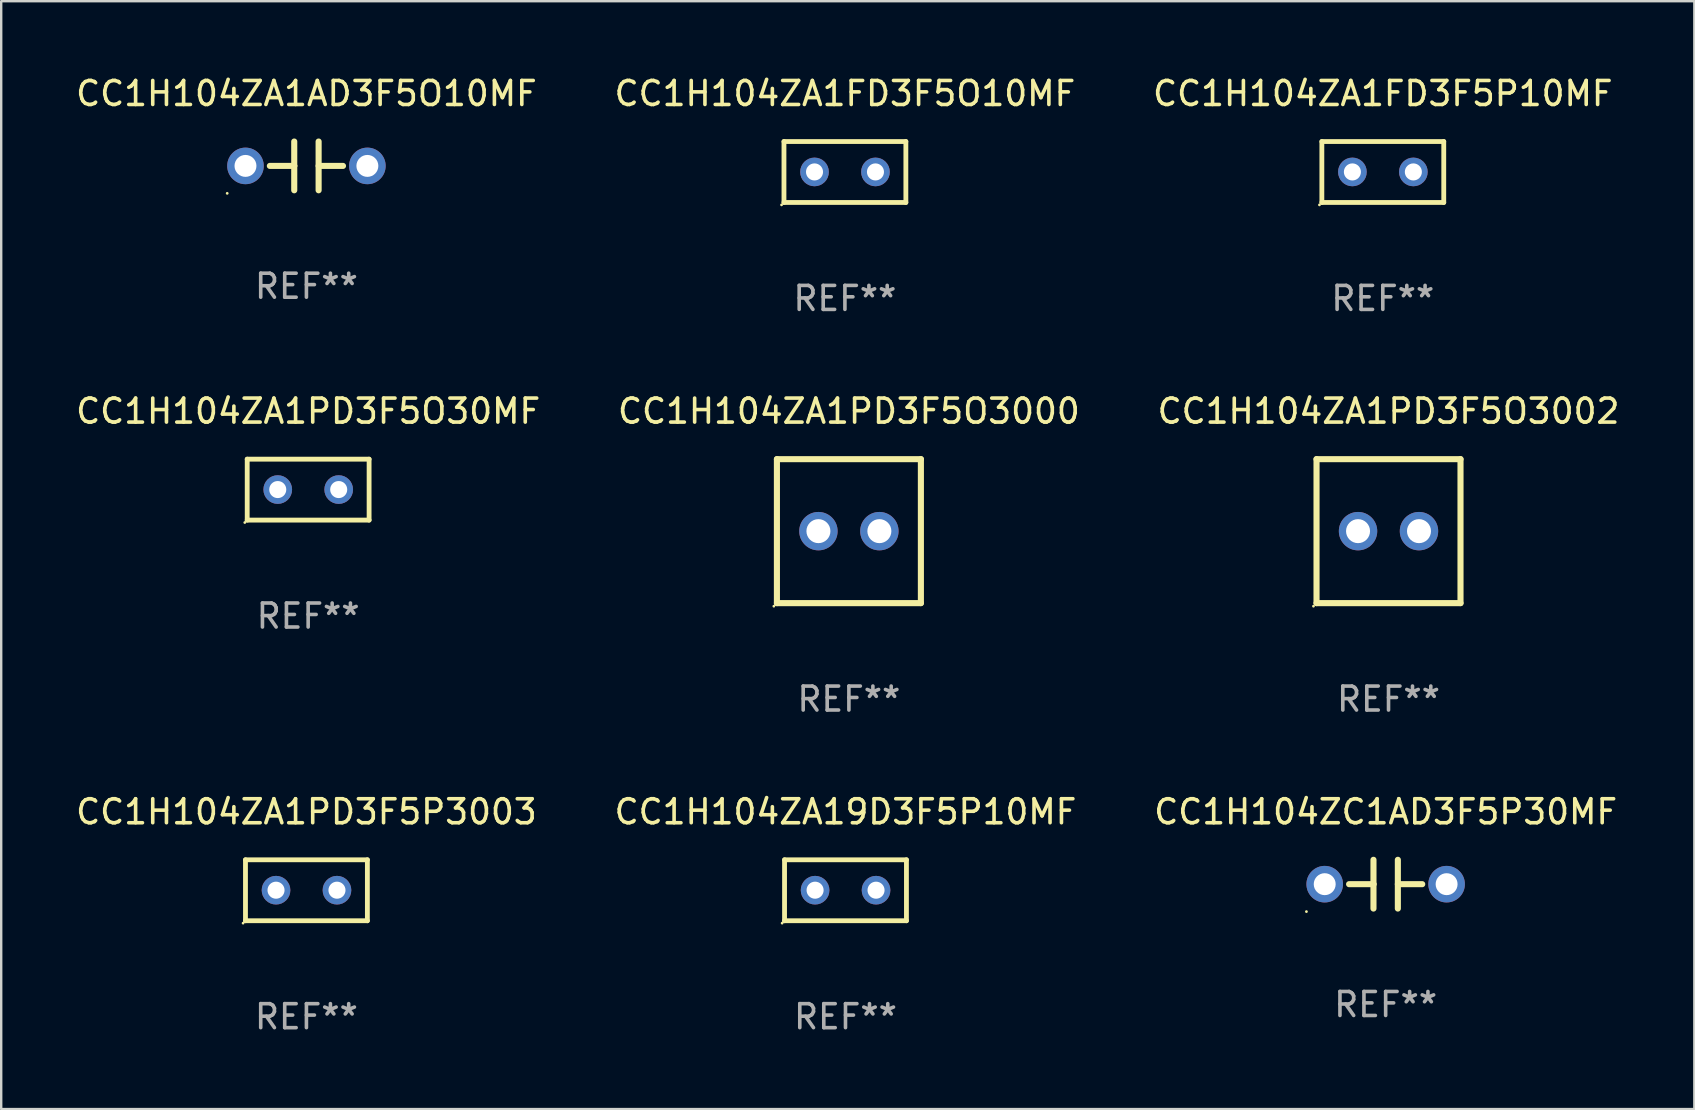
<source format=kicad_pcb>
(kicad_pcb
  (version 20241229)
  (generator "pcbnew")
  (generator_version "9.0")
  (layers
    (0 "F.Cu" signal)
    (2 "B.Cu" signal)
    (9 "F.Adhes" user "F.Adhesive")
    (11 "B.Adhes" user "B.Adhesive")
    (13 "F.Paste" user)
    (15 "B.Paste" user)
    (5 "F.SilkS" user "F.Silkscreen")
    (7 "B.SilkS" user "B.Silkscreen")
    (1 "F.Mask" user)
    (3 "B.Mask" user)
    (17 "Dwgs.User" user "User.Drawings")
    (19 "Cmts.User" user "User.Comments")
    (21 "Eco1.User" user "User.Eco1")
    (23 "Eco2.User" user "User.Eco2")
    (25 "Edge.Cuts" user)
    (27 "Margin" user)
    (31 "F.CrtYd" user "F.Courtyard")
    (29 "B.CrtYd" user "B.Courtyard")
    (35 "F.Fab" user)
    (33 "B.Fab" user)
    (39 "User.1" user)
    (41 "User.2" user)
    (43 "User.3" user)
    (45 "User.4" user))
  (footprint "CC1H104ZA1PD3F5O3002"
    (layer "F.Cu")
    (at 54.815 19.085)
    (property "Reference" "CC1H104ZA1PD3F5O3002" (at 0 -5 0) (layer "F.SilkS") (effects (font (size 1 1) (thickness 0.15))))
    (attr through_hole)
    (fp_line (start -3 -3) (end -3 3) (stroke (width 0.254) (type solid)) (layer "F.SilkS"))
    (fp_line (start -3 -3) (end 3 -3) (stroke (width 0.254) (type solid)) (layer "F.SilkS"))
    (fp_line (start -3 3) (end 3 3) (stroke (width 0.254) (type solid)) (layer "F.SilkS"))
    (fp_line (start 3 -3) (end 3 3) (stroke (width 0.254) (type solid)) (layer "F.SilkS"))
    (fp_circle (center -3.127 3.127) (end -3.097 3.127) (stroke (width 0.06) (type solid)) (fill no) (layer "F.SilkS"))
    (fp_text user "REF**" (at 0 7 0) (layer "F.Fab") (effects (font (size 1 1) (thickness 0.15))))
    (pad "1" thru_hole circle (at -1.27 0) (size 1.6 1.6) (drill 1) (layers "*.Cu" "*.Mask"))
    (pad "2" thru_hole circle (at 1.27 0) (size 1.6 1.6) (drill 1) (layers "*.Cu" "*.Mask")))
  (footprint "CC1H104ZC1AD3F5P30MF"
    (layer "F.Cu")
    (at 54.696 33.797)
    (property "Reference" "CC1H104ZC1AD3F5P30MF" (at 0 -3.016 0) (layer "F.SilkS") (effects (font (size 1 1) (thickness 0.15))))
    (attr through_hole)
    (fp_line (start -1.524 0) (end -0.508 0) (stroke (width 0.254) (type solid)) (layer "F.SilkS"))
    (fp_line (start -0.508 0) (end -0.508 -1.016) (stroke (width 0.254) (type solid)) (layer "F.SilkS"))
    (fp_line (start -0.508 0) (end -0.508 1.016) (stroke (width 0.254) (type solid)) (layer "F.SilkS"))
    (fp_line (start 0.508 -1.016) (end 0.508 1.016) (stroke (width 0.254) (type solid)) (layer "F.SilkS"))
    (fp_line (start 1.524 0) (end 0.508 0) (stroke (width 0.254) (type solid)) (layer "F.SilkS"))
    (fp_circle (center -3.302 1.143) (end -3.272 1.143) (stroke (width 0.06) (type solid)) (fill no) (layer "F.SilkS"))
    (fp_text user "REF**" (at 0 5.016 0) (layer "F.Fab") (effects (font (size 1 1) (thickness 0.15))))
    (pad "1" thru_hole circle (at -2.54 0) (size 1.524 1.524) (drill 0.914) (layers "*.Cu" "*.Mask"))
    (pad "2" thru_hole circle (at 2.54 0) (size 1.524 1.524) (drill 0.914) (layers "*.Cu" "*.Mask")))
  (footprint "CC1H104ZA1FD3F5O10MF"
    (layer "F.Cu")
    (at 32.161 4.118)
    (property "Reference" "CC1H104ZA1FD3F5O10MF" (at 0 -3.27 0) (layer "F.SilkS") (effects (font (size 1 1) (thickness 0.15))))
    (attr through_hole)
    (fp_line (start -2.54 -1.27) (end -2.54 1.27) (stroke (width 0.201) (type solid)) (layer "F.SilkS"))
    (fp_line (start -2.54 1.27) (end 2.54 1.27) (stroke (width 0.201) (type solid)) (layer "F.SilkS"))
    (fp_line (start 2.54 -1.27) (end -2.54 -1.27) (stroke (width 0.201) (type solid)) (layer "F.SilkS"))
    (fp_line (start 2.54 1.27) (end 2.54 -1.27) (stroke (width 0.201) (type solid)) (layer "F.SilkS"))
    (fp_circle (center -2.64 1.37) (end -2.61 1.37) (stroke (width 0.06) (type solid)) (fill no) (layer "F.SilkS"))
    (fp_text user "REF**" (at 0 5.27 0) (layer "F.Fab") (effects (font (size 1 1) (thickness 0.15))))
    (pad "1" thru_hole circle (at -1.267 -0.003) (size 1.194 1.194) (drill 0.711) (layers "*.Cu" "*.Mask"))
    (pad "2" thru_hole circle (at 1.273 -0.003) (size 1.194 1.194) (drill 0.711) (layers "*.Cu" "*.Mask")))
  (footprint "CC1H104ZA1PD3F5P3003"
    (layer "F.Cu")
    (at 9.72 34.051)
    (property "Reference" "CC1H104ZA1PD3F5P3003" (at 0 -3.27 0) (layer "F.SilkS") (effects (font (size 1 1) (thickness 0.15))))
    (attr through_hole)
    (fp_line (start -2.54 -1.27) (end -2.54 1.27) (stroke (width 0.201) (type solid)) (layer "F.SilkS"))
    (fp_line (start -2.54 1.27) (end 2.54 1.27) (stroke (width 0.201) (type solid)) (layer "F.SilkS"))
    (fp_line (start 2.54 -1.27) (end -2.54 -1.27) (stroke (width 0.201) (type solid)) (layer "F.SilkS"))
    (fp_line (start 2.54 1.27) (end 2.54 -1.27) (stroke (width 0.201) (type solid)) (layer "F.SilkS"))
    (fp_circle (center -2.64 1.37) (end -2.61 1.37) (stroke (width 0.06) (type solid)) (fill no) (layer "F.SilkS"))
    (fp_text user "REF**" (at 0 5.27 0) (layer "F.Fab") (effects (font (size 1 1) (thickness 0.15))))
    (pad "1" thru_hole circle (at -1.267 -0.003) (size 1.194 1.194) (drill 0.711) (layers "*.Cu" "*.Mask"))
    (pad "2" thru_hole circle (at 1.273 -0.003) (size 1.194 1.194) (drill 0.711) (layers "*.Cu" "*.Mask")))
  (footprint "CC1H104ZA1PD3F5O30MF"
    (layer "F.Cu")
    (at 9.792 17.355)
    (property "Reference" "CC1H104ZA1PD3F5O30MF" (at 0 -3.27 0) (layer "F.SilkS") (effects (font (size 1 1) (thickness 0.15))))
    (attr through_hole)
    (fp_line (start -2.54 -1.27) (end -2.54 1.27) (stroke (width 0.201) (type solid)) (layer "F.SilkS"))
    (fp_line (start -2.54 1.27) (end 2.54 1.27) (stroke (width 0.201) (type solid)) (layer "F.SilkS"))
    (fp_line (start 2.54 -1.27) (end -2.54 -1.27) (stroke (width 0.201) (type solid)) (layer "F.SilkS"))
    (fp_line (start 2.54 1.27) (end 2.54 -1.27) (stroke (width 0.201) (type solid)) (layer "F.SilkS"))
    (fp_circle (center -2.64 1.37) (end -2.61 1.37) (stroke (width 0.06) (type solid)) (fill no) (layer "F.SilkS"))
    (fp_text user "REF**" (at 0 5.27 0) (layer "F.Fab") (effects (font (size 1 1) (thickness 0.15))))
    (pad "1" thru_hole circle (at -1.267 -0.003) (size 1.194 1.194) (drill 0.711) (layers "*.Cu" "*.Mask"))
    (pad "2" thru_hole circle (at 1.273 -0.003) (size 1.194 1.194) (drill 0.711) (layers "*.Cu" "*.Mask")))
  (footprint "CC1H104ZA1PD3F5O3000"
    (layer "F.Cu")
    (at 32.327 19.085)
    (property "Reference" "CC1H104ZA1PD3F5O3000" (at 0 -5 0) (layer "F.SilkS") (effects (font (size 1 1) (thickness 0.15))))
    (attr through_hole)
    (fp_line (start -3 -3) (end -3 3) (stroke (width 0.254) (type solid)) (layer "F.SilkS"))
    (fp_line (start -3 -3) (end 3 -3) (stroke (width 0.254) (type solid)) (layer "F.SilkS"))
    (fp_line (start -3 3) (end 3 3) (stroke (width 0.254) (type solid)) (layer "F.SilkS"))
    (fp_line (start 3 -3) (end 3 3) (stroke (width 0.254) (type solid)) (layer "F.SilkS"))
    (fp_circle (center -3.127 3.127) (end -3.097 3.127) (stroke (width 0.06) (type solid)) (fill no) (layer "F.SilkS"))
    (fp_text user "REF**" (at 0 7 0) (layer "F.Fab") (effects (font (size 1 1) (thickness 0.15))))
    (pad "1" thru_hole circle (at -1.27 0) (size 1.6 1.6) (drill 1) (layers "*.Cu" "*.Mask"))
    (pad "2" thru_hole circle (at 1.27 0) (size 1.6 1.6) (drill 1) (layers "*.Cu" "*.Mask")))
  (footprint "CC1H104ZA19D3F5P10MF"
    (layer "F.Cu")
    (at 32.185 34.051)
    (property "Reference" "CC1H104ZA19D3F5P10MF" (at 0 -3.27 0) (layer "F.SilkS") (effects (font (size 1 1) (thickness 0.15))))
    (attr through_hole)
    (fp_line (start -2.54 -1.27) (end -2.54 1.27) (stroke (width 0.201) (type solid)) (layer "F.SilkS"))
    (fp_line (start -2.54 1.27) (end 2.54 1.27) (stroke (width 0.201) (type solid)) (layer "F.SilkS"))
    (fp_line (start 2.54 -1.27) (end -2.54 -1.27) (stroke (width 0.201) (type solid)) (layer "F.SilkS"))
    (fp_line (start 2.54 1.27) (end 2.54 -1.27) (stroke (width 0.201) (type solid)) (layer "F.SilkS"))
    (fp_circle (center -2.64 1.37) (end -2.61 1.37) (stroke (width 0.06) (type solid)) (fill no) (layer "F.SilkS"))
    (fp_text user "REF**" (at 0 5.27 0) (layer "F.Fab") (effects (font (size 1 1) (thickness 0.15))))
    (pad "1" thru_hole circle (at -1.267 -0.003) (size 1.194 1.194) (drill 0.711) (layers "*.Cu" "*.Mask"))
    (pad "2" thru_hole circle (at 1.273 -0.003) (size 1.194 1.194) (drill 0.711) (layers "*.Cu" "*.Mask")))
  (footprint "CC1H104ZA1AD3F5O10MF"
    (layer "F.Cu")
    (at 9.72 3.864)
    (property "Reference" "CC1H104ZA1AD3F5O10MF" (at 0 -3.016 0) (layer "F.SilkS") (effects (font (size 1 1) (thickness 0.15))))
    (attr through_hole)
    (fp_line (start -1.524 0) (end -0.508 0) (stroke (width 0.254) (type solid)) (layer "F.SilkS"))
    (fp_line (start -0.508 0) (end -0.508 -1.016) (stroke (width 0.254) (type solid)) (layer "F.SilkS"))
    (fp_line (start -0.508 0) (end -0.508 1.016) (stroke (width 0.254) (type solid)) (layer "F.SilkS"))
    (fp_line (start 0.508 -1.016) (end 0.508 1.016) (stroke (width 0.254) (type solid)) (layer "F.SilkS"))
    (fp_line (start 1.524 0) (end 0.508 0) (stroke (width 0.254) (type solid)) (layer "F.SilkS"))
    (fp_circle (center -3.302 1.143) (end -3.272 1.143) (stroke (width 0.06) (type solid)) (fill no) (layer "F.SilkS"))
    (fp_text user "REF**" (at 0 5.016 0) (layer "F.Fab") (effects (font (size 1 1) (thickness 0.15))))
    (pad "1" thru_hole circle (at -2.54 0) (size 1.524 1.524) (drill 0.914) (layers "*.Cu" "*.Mask"))
    (pad "2" thru_hole circle (at 2.54 0) (size 1.524 1.524) (drill 0.914) (layers "*.Cu" "*.Mask")))
  (footprint "CC1H104ZA1FD3F5P10MF"
    (layer "F.Cu")
    (at 54.577 4.118)
    (property "Reference" "CC1H104ZA1FD3F5P10MF" (at 0 -3.27 0) (layer "F.SilkS") (effects (font (size 1 1) (thickness 0.15))))
    (attr through_hole)
    (fp_line (start -2.54 -1.27) (end -2.54 1.27) (stroke (width 0.201) (type solid)) (layer "F.SilkS"))
    (fp_line (start -2.54 1.27) (end 2.54 1.27) (stroke (width 0.201) (type solid)) (layer "F.SilkS"))
    (fp_line (start 2.54 -1.27) (end -2.54 -1.27) (stroke (width 0.201) (type solid)) (layer "F.SilkS"))
    (fp_line (start 2.54 1.27) (end 2.54 -1.27) (stroke (width 0.201) (type solid)) (layer "F.SilkS"))
    (fp_circle (center -2.64 1.37) (end -2.61 1.37) (stroke (width 0.06) (type solid)) (fill no) (layer "F.SilkS"))
    (fp_text user "REF**" (at 0 5.27 0) (layer "F.Fab") (effects (font (size 1 1) (thickness 0.15))))
    (pad "1" thru_hole circle (at -1.267 -0.003) (size 1.194 1.194) (drill 0.711) (layers "*.Cu" "*.Mask"))
    (pad "2" thru_hole circle (at 1.273 -0.003) (size 1.194 1.194) (drill 0.711) (layers "*.Cu" "*.Mask")))
  (gr_rect
    (start -3 -3)
    (end 67.56 43.17)
    (stroke (width 0.1) (type default))
    (fill no)
    (layer "Edge.Cuts")))
</source>
